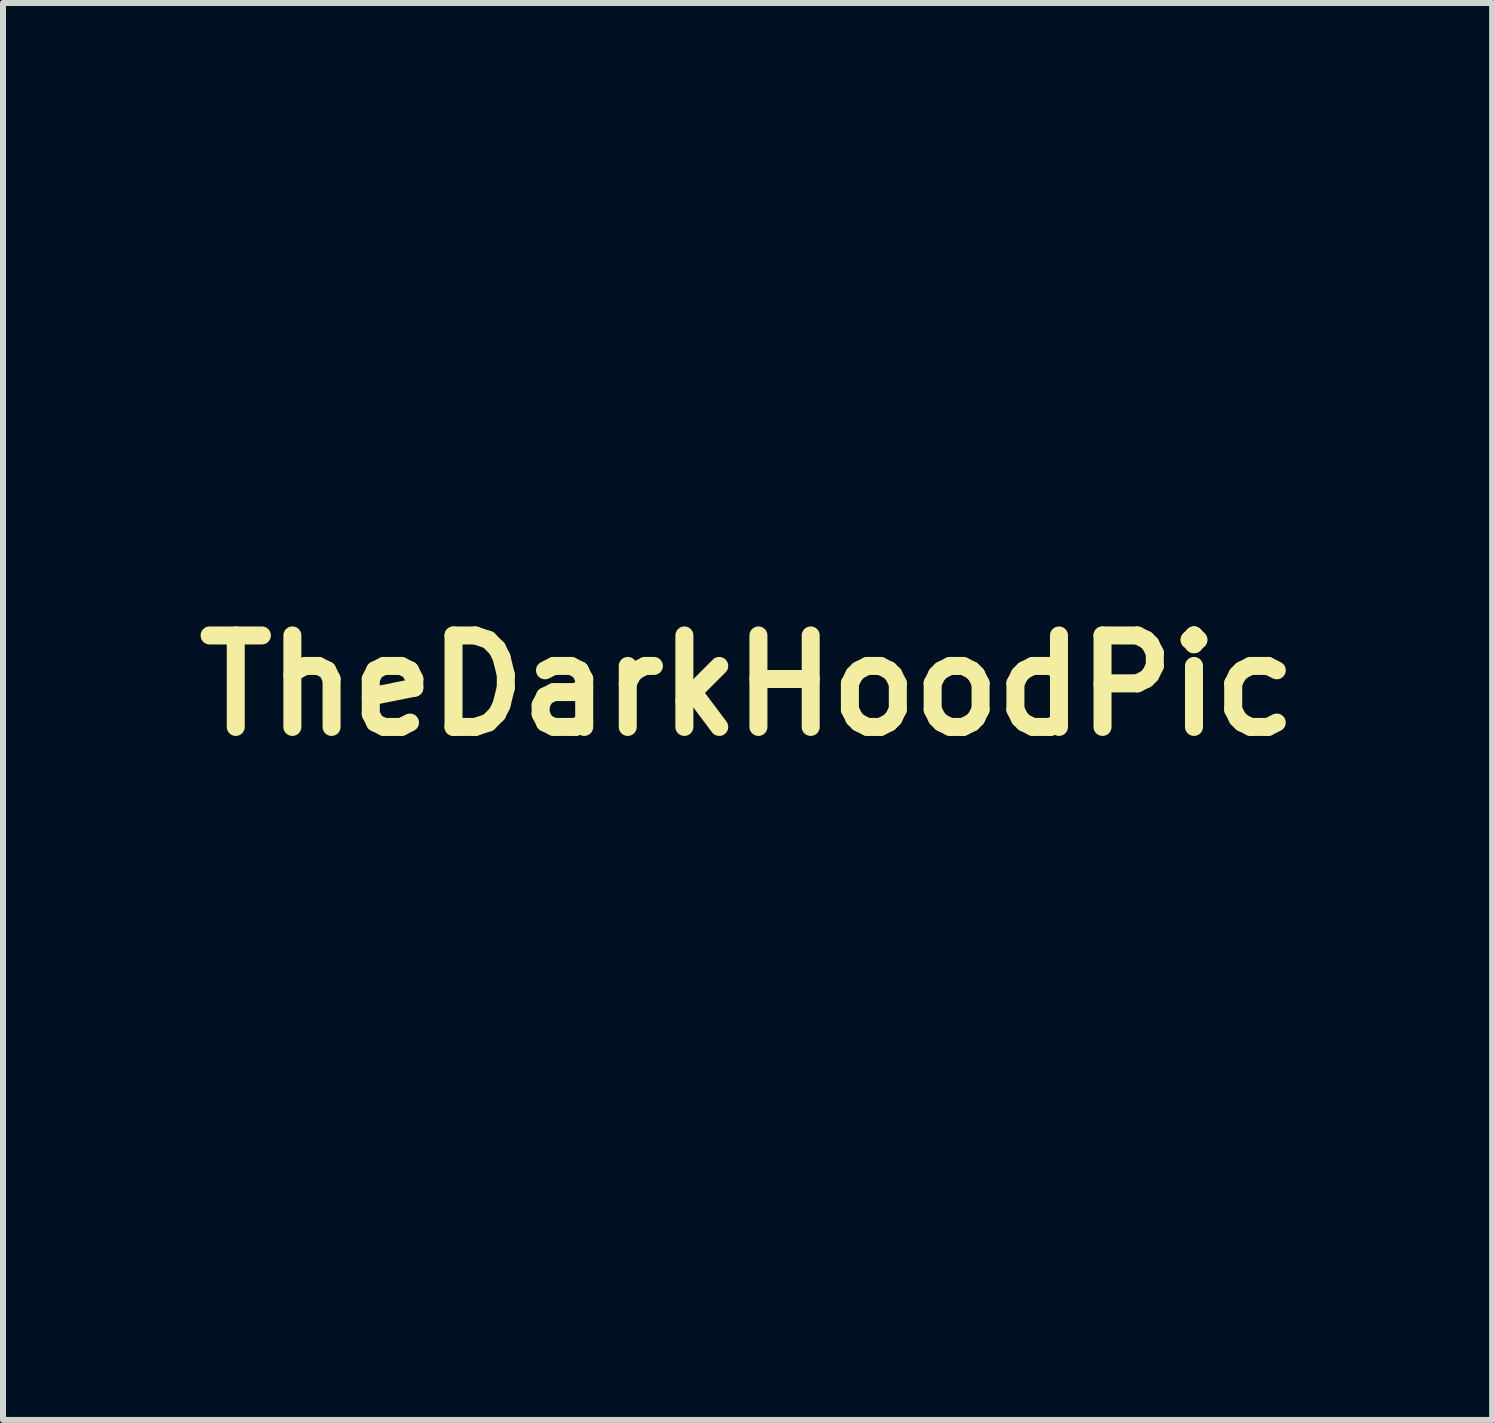
<source format=kicad_pcb>
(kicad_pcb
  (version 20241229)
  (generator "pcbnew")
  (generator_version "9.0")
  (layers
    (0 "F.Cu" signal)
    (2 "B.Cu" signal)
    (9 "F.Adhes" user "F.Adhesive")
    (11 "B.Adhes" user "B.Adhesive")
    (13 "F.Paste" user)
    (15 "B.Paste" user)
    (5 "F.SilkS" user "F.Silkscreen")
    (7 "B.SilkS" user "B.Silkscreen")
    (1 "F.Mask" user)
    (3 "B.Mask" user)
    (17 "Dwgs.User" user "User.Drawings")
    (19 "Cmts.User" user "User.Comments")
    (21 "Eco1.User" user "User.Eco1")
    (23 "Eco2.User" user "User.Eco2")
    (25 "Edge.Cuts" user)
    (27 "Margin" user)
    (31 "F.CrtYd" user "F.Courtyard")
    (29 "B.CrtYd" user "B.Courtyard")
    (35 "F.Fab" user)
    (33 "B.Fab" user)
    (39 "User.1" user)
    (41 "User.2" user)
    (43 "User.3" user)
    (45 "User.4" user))
  (footprint "TheDarkHoodPic"
    (layer "F.Cu")
    (at 9.405 8.372)
    (property "Reference" "TheDarkHoodPic" (at 0 0 0) (layer "F.SilkS") (effects (font (size 1.524 1.524) (thickness 0.3))))
    (attr through_hole)
    (fp_poly (pts (xy -7.048 4.397) (xy -7.064 4.413) (xy -7.08 4.397) (xy -7.064 4.381) (xy -7.048 4.397)) (stroke (width 0.01) (type solid)) (fill no) (layer "Eco2.User"))
    (fp_poly (pts (xy -2.54 -1.191) (xy -2.556 -1.175) (xy -2.572 -1.191) (xy -2.556 -1.206) (xy -2.54 -1.191)) (stroke (width 0.01) (type solid)) (fill no) (layer "Eco2.User"))
    (fp_poly (pts (xy -1.048 4.366) (xy -1.064 4.381) (xy -1.079 4.366) (xy -1.064 4.35) (xy -1.048 4.366)) (stroke (width 0.01) (type solid)) (fill no) (layer "Eco2.User"))
    (fp_poly (pts (xy -3.85 6.2) (xy -3.83 6.207) (xy -3.866 6.212) (xy -3.937 6.213) (xy -4.015 6.212) (xy -4.045 6.206) (xy -4.024 6.2) (xy -3.922 6.195) (xy -3.85 6.2)) (stroke (width 0.01) (type solid)) (fill no) (layer "Eco2.User"))
    (fp_poly (pts (xy -1.706 1.421) (xy -1.683 1.46) (xy -1.667 1.509) (xy -1.678 1.524) (xy -1.708 1.498) (xy -1.724 1.46) (xy -1.732 1.41) (xy -1.729 1.397) (xy -1.706 1.421)) (stroke (width 0.01) (type solid)) (fill no) (layer "Eco2.User"))
    (fp_poly (pts (xy -0.131 5.611) (xy -0.127 5.632) (xy -0.146 5.687) (xy -0.159 5.699) (xy -0.186 5.692) (xy -0.191 5.671) (xy -0.172 5.616) (xy -0.159 5.604) (xy -0.131 5.611)) (stroke (width 0.01) (type solid)) (fill no) (layer "Eco2.User"))
    (fp_poly (pts (xy -4.331 6.231) (xy -4.327 6.232) (xy -4.297 6.237) (xy -4.324 6.242) (xy -4.402 6.244) (xy -4.429 6.244) (xy -4.522 6.243) (xy -4.568 6.239) (xy -4.559 6.233) (xy -4.549 6.232) (xy -4.444 6.227) (xy -4.331 6.231)) (stroke (width 0.01) (type solid)) (fill no) (layer "Eco2.User"))
    (fp_poly (pts (xy -0.987 2.316) (xy -1.094 2.402) (xy -1.174 2.438) (xy -1.235 2.428) (xy -1.27 2.397) (xy -1.291 2.36) (xy -1.258 2.349) (xy -1.25 2.349) (xy -1.19 2.336) (xy -1.096 2.303) (xy -1.019 2.269) (xy -0.847 2.189) (xy -0.987 2.316)) (stroke (width 0.01) (type solid)) (fill no) (layer "Eco2.User"))
    (fp_poly (pts (xy -5.098 5.635) (xy -5.007 5.674) (xy -4.905 5.727) (xy -5.069 5.765) (xy -5.191 5.792) (xy -5.311 5.816) (xy -5.352 5.825) (xy -5.428 5.837) (xy -5.453 5.83) (xy -5.437 5.8) (xy -5.429 5.789) (xy -5.323 5.678) (xy -5.216 5.628) (xy -5.098 5.635)) (stroke (width 0.01) (type solid)) (fill no) (layer "Eco2.User"))
    (fp_poly (pts (xy -2.551 -1.041) (xy -2.394 -0.93) (xy -2.287 -0.815) (xy -2.232 -0.702) (xy -2.232 -0.596) (xy -2.286 -0.508) (xy -2.36 -0.454) (xy -2.431 -0.455) (xy -2.5 -0.493) (xy -2.554 -0.56) (xy -2.604 -0.669) (xy -2.644 -0.802) (xy -2.665 -0.938) (xy -2.667 -0.989) (xy -2.667 -1.109) (xy -2.551 -1.041)) (stroke (width 0.01) (type solid)) (fill no) (layer "Eco2.User"))
    (fp_poly (pts (xy -0.812 3.969) (xy -0.78 4.08) (xy -0.753 4.17) (xy -0.738 4.216) (xy -0.734 4.244) (xy -0.766 4.232) (xy -0.785 4.221) (xy -0.836 4.2) (xy -0.888 4.213) (xy -0.952 4.254) (xy -1.055 4.328) (xy -1.033 4.257) (xy -1.011 4.191) (xy -0.977 4.088) (xy -0.939 3.976) (xy -0.869 3.767) (xy -0.812 3.969)) (stroke (width 0.01) (type solid)) (fill no) (layer "Eco2.User"))
    (fp_poly (pts (xy 0.743 -0.976) (xy 0.811 -0.96) (xy 1.032 -0.905) (xy 1.041 -0.76) (xy 1.028 -0.63) (xy 0.979 -0.528) (xy 0.903 -0.462) (xy 0.812 -0.439) (xy 0.717 -0.468) (xy 0.669 -0.506) (xy 0.615 -0.587) (xy 0.57 -0.702) (xy 0.544 -0.823) (xy 0.54 -0.873) (xy 0.548 -0.945) (xy 0.577 -0.984) (xy 0.638 -0.993) (xy 0.743 -0.976)) (stroke (width 0.01) (type solid)) (fill no) (layer "Eco2.User"))
    (fp_poly (pts (xy -5.248 7.424) (xy -5.192 7.481) (xy -5.178 7.498) (xy -5.138 7.559) (xy -5.112 7.632) (xy -5.097 7.735) (xy -5.087 7.861) (xy -5.073 8.128) (xy -5.265 8.128) (xy -5.369 8.124) (xy -5.445 8.115) (xy -5.472 8.104) (xy -5.483 8.062) (xy -5.496 7.975) (xy -5.509 7.861) (xy -5.51 7.848) (xy -5.533 7.616) (xy -5.427 7.507) (xy -5.359 7.443) (xy -5.304 7.405) (xy -5.288 7.4) (xy -5.248 7.424)) (stroke (width 0.01) (type solid)) (fill no) (layer "Eco2.User"))
    (fp_poly (pts (xy 6.67 -5.175) (xy 6.725 -5.104) (xy 6.797 -5.004) (xy 6.879 -4.89) (xy 6.962 -4.771) (xy 7.039 -4.661) (xy 7.099 -4.57) (xy 7.136 -4.511) (xy 7.144 -4.496) (xy 7.115 -4.486) (xy 7.043 -4.482) (xy 6.993 -4.483) (xy 6.901 -4.487) (xy 6.765 -4.493) (xy 6.603 -4.5) (xy 6.441 -4.507) (xy 6.04 -4.524) (xy 6.273 -4.819) (xy 6.37 -4.942) (xy 6.457 -5.053) (xy 6.523 -5.139) (xy 6.556 -5.184) (xy 6.606 -5.255) (xy 6.67 -5.175)) (stroke (width 0.01) (type solid)) (fill no) (layer "Eco2.User"))
    (fp_poly (pts (xy -4.452 -3.039) (xy -4.424 -2.96) (xy -4.405 -2.881) (xy -4.392 -2.79) (xy -4.385 -2.672) (xy -4.382 -2.515) (xy -4.381 -2.36) (xy -4.381 -2.167) (xy -4.377 -2.028) (xy -4.371 -1.934) (xy -4.36 -1.874) (xy -4.344 -1.84) (xy -4.33 -1.827) (xy -4.293 -1.769) (xy -4.291 -1.731) (xy -4.306 -1.714) (xy -4.339 -1.748) (xy -4.393 -1.836) (xy -4.397 -1.844) (xy -4.456 -1.954) (xy -4.506 -2.057) (xy -4.53 -2.111) (xy -4.545 -2.185) (xy -4.557 -2.306) (xy -4.564 -2.459) (xy -4.567 -2.627) (xy -4.565 -2.796) (xy -4.558 -2.949) (xy -4.546 -3.071) (xy -4.545 -3.08) (xy -4.522 -3.223) (xy -4.452 -3.039)) (stroke (width 0.01) (type solid)) (fill no) (layer "Eco2.User"))
    (fp_poly (pts (xy -5.727 7.961) (xy -5.677 7.967) (xy -5.589 7.984) (xy -5.545 8.014) (xy -5.525 8.071) (xy -5.525 8.074) (xy -5.509 8.163) (xy -4.866 8.169) (xy -4.223 8.176) (xy -4.223 8.331) (xy -4.229 8.434) (xy -4.257 8.506) (xy -4.32 8.577) (xy -4.328 8.585) (xy -4.419 8.648) (xy -4.55 8.713) (xy -4.698 8.77) (xy -4.841 8.811) (xy -4.955 8.826) (xy -4.956 8.826) (xy -5.044 8.808) (xy -5.103 8.778) (xy -5.157 8.711) (xy -5.181 8.599) (xy -5.181 8.596) (xy -5.189 8.534) (xy -5.207 8.483) (xy -5.246 8.431) (xy -5.314 8.368) (xy -5.42 8.28) (xy -5.456 8.251) (xy -5.601 8.135) (xy -5.701 8.054) (xy -5.759 8.001) (xy -5.78 7.971) (xy -5.768 7.96) (xy -5.727 7.961)) (stroke (width 0.01) (type solid)) (fill no) (layer "Eco2.User"))
    (fp_poly (pts (xy -6.193 6.303) (xy -6.132 6.359) (xy -6.097 6.463) (xy -6.087 6.54) (xy -6.069 6.651) (xy -6.035 6.797) (xy -5.992 6.951) (xy -5.974 7.006) (xy -5.914 7.177) (xy -5.85 7.323) (xy -5.771 7.468) (xy -5.667 7.633) (xy -5.63 7.689) (xy -5.571 7.791) (xy -5.56 7.853) (xy -5.599 7.877) (xy -5.688 7.863) (xy -5.699 7.86) (xy -5.856 7.803) (xy -5.98 7.731) (xy -6.102 7.627) (xy -6.176 7.547) (xy -6.216 7.467) (xy -6.238 7.357) (xy -6.241 7.337) (xy -6.268 7.207) (xy -6.316 7.062) (xy -6.353 6.976) (xy -6.41 6.847) (xy -6.437 6.729) (xy -6.445 6.586) (xy -6.445 6.578) (xy -6.439 6.437) (xy -6.416 6.349) (xy -6.372 6.302) (xy -6.299 6.287) (xy -6.286 6.287) (xy -6.193 6.303)) (stroke (width 0.01) (type solid)) (fill no) (layer "Eco2.User"))
    (fp_poly (pts (xy 2.102 2.622) (xy 2.137 2.686) (xy 2.178 2.794) (xy 2.231 2.952) (xy 2.275 3.088) (xy 2.328 3.251) (xy 2.362 3.364) (xy 2.38 3.438) (xy 2.383 3.482) (xy 2.372 3.508) (xy 2.349 3.524) (xy 2.343 3.528) (xy 2.283 3.572) (xy 2.208 3.644) (xy 2.179 3.676) (xy 1.993 3.874) (xy 1.772 4.084) (xy 1.531 4.294) (xy 1.284 4.492) (xy 1.047 4.667) (xy 0.832 4.805) (xy 0.813 4.816) (xy 0.636 4.917) (xy 0.381 4.41) (xy 0.3 4.247) (xy 0.229 4.104) (xy 0.173 3.991) (xy 0.138 3.917) (xy 0.127 3.891) (xy 0.153 3.872) (xy 0.223 3.83) (xy 0.326 3.772) (xy 0.405 3.729) (xy 0.62 3.605) (xy 0.869 3.448) (xy 1.135 3.271) (xy 1.403 3.081) (xy 1.66 2.891) (xy 1.889 2.71) (xy 1.916 2.688) (xy 1.98 2.635) (xy 2.029 2.603) (xy 2.068 2.596) (xy 2.102 2.622)) (stroke (width 0.01) (type solid)) (fill no) (layer "Eco2.User"))
    (fp_poly (pts (xy -4.059 5.837) (xy -3.776 5.86) (xy -3.525 5.901) (xy -3.317 5.96) (xy -3.255 5.987) (xy -3.161 6.039) (xy -3.121 6.082) (xy -3.131 6.127) (xy -3.14 6.14) (xy -3.156 6.156) (xy -3.178 6.166) (xy -3.216 6.167) (xy -3.28 6.161) (xy -3.381 6.145) (xy -3.529 6.118) (xy -3.635 6.099) (xy -3.761 6.086) (xy -3.937 6.082) (xy -4.152 6.087) (xy -4.393 6.098) (xy -4.648 6.116) (xy -4.905 6.14) (xy -5.152 6.168) (xy -5.377 6.2) (xy -5.567 6.235) (xy -5.588 6.239) (xy -5.612 6.238) (xy -5.582 6.214) (xy -5.528 6.184) (xy -5.447 6.137) (xy -5.396 6.095) (xy -5.387 6.08) (xy -5.41 6.045) (xy -5.477 6.047) (xy -5.582 6.085) (xy -5.62 6.103) (xy -5.727 6.174) (xy -5.773 6.243) (xy -5.762 6.304) (xy -5.696 6.351) (xy -5.577 6.378) (xy -5.495 6.382) (xy -5.375 6.382) (xy -5.355 6.672) (xy -5.34 6.897) (xy -5.333 7.068) (xy -5.335 7.196) (xy -5.346 7.291) (xy -5.368 7.364) (xy -5.4 7.423) (xy -5.417 7.447) (xy -5.478 7.515) (xy -5.53 7.553) (xy -5.543 7.556) (xy -5.573 7.53) (xy -5.623 7.457) (xy -5.685 7.349) (xy -5.746 7.231) (xy -5.841 7.014) (xy -5.919 6.794) (xy -5.973 6.587) (xy -5.999 6.41) (xy -6.001 6.365) (xy -5.972 6.293) (xy -5.895 6.211) (xy -5.78 6.128) (xy -5.64 6.052) (xy -5.514 6.003) (xy -5.258 5.933) (xy -4.973 5.882) (xy -4.67 5.848) (xy -4.361 5.834) (xy -4.059 5.837)) (stroke (width 0.01) (type solid)) (fill no) (layer "Eco2.User"))
    (fp_poly (pts (xy -3.283 6.301) (xy -3.327 6.373) (xy -3.364 6.423) (xy -3.42 6.506) (xy -3.438 6.57) (xy -3.428 6.639) (xy -3.427 6.642) (xy -3.39 6.732) (xy -3.345 6.799) (xy -3.312 6.854) (xy -3.319 6.884) (xy -3.363 6.874) (xy -3.371 6.869) (xy -3.428 6.844) (xy -3.516 6.817) (xy -3.54 6.81) (xy -3.667 6.779) (xy -3.677 6.596) (xy -3.691 6.483) (xy -3.717 6.42) (xy -3.749 6.412) (xy -3.779 6.461) (xy -3.797 6.531) (xy -3.803 6.655) (xy -3.779 6.771) (xy -3.732 6.862) (xy -3.668 6.911) (xy -3.651 6.915) (xy -3.53 6.934) (xy -3.457 6.966) (xy -3.43 7.019) (xy -3.448 7.101) (xy -3.507 7.222) (xy -3.546 7.291) (xy -3.621 7.407) (xy -3.683 7.476) (xy -3.744 7.508) (xy -3.752 7.51) (xy -3.855 7.561) (xy -3.915 7.66) (xy -3.934 7.805) (xy -3.934 7.81) (xy -3.93 7.953) (xy -3.903 7.814) (xy -3.864 7.691) (xy -3.807 7.601) (xy -3.742 7.558) (xy -3.726 7.556) (xy -3.692 7.581) (xy -3.684 7.637) (xy -3.705 7.694) (xy -3.711 7.701) (xy -3.738 7.749) (xy -3.77 7.83) (xy -3.775 7.845) (xy -3.817 7.931) (xy -3.886 7.981) (xy -3.93 7.998) (xy -4.006 8.013) (xy -4.13 8.027) (xy -4.285 8.038) (xy -4.456 8.047) (xy -4.626 8.053) (xy -4.78 8.054) (xy -4.902 8.05) (xy -4.961 8.044) (xy -5.006 8.033) (xy -5.032 8.011) (xy -5.044 7.962) (xy -5.048 7.872) (xy -5.048 7.802) (xy -5.05 7.681) (xy -5.061 7.603) (xy -5.087 7.544) (xy -5.138 7.482) (xy -5.172 7.447) (xy -5.296 7.318) (xy -5.307 6.858) (xy -5.318 6.398) (xy -4.594 6.377) (xy -4.318 6.367) (xy -4.059 6.354) (xy -3.825 6.338) (xy -3.624 6.321) (xy -3.463 6.303) (xy -3.35 6.284) (xy -3.296 6.267) (xy -3.271 6.263) (xy -3.283 6.301)) (stroke (width 0.01) (type solid)) (fill no) (layer "Eco2.User"))
    (fp_poly (pts (xy -2.779 6.122) (xy -2.661 6.199) (xy -2.512 6.327) (xy -2.331 6.503) (xy -2.174 6.669) (xy -1.952 6.91) (xy -1.898 7.249) (xy -1.861 7.44) (xy -1.809 7.646) (xy -1.746 7.857) (xy -1.675 8.063) (xy -1.601 8.254) (xy -1.528 8.418) (xy -1.46 8.546) (xy -1.4 8.628) (xy -1.377 8.646) (xy -1.332 8.701) (xy -1.341 8.777) (xy -1.403 8.868) (xy -1.49 8.949) (xy -1.689 9.086) (xy -1.881 9.173) (xy -2.087 9.218) (xy -2.127 9.223) (xy -2.254 9.231) (xy -2.345 9.222) (xy -2.427 9.194) (xy -2.459 9.178) (xy -2.544 9.138) (xy -2.607 9.115) (xy -2.621 9.112) (xy -2.666 9.099) (xy -2.749 9.064) (xy -2.853 9.014) (xy -2.854 9.014) (xy -2.989 8.933) (xy -3.095 8.842) (xy -3.164 8.752) (xy -3.19 8.671) (xy -3.172 8.617) (xy -3.158 8.561) (xy -3.194 8.503) (xy -3.267 8.453) (xy -3.365 8.421) (xy -3.44 8.414) (xy -3.586 8.39) (xy -3.694 8.32) (xy -3.75 8.231) (xy -3.761 8.174) (xy -3.75 8.106) (xy -3.711 8.009) (xy -3.683 7.949) (xy -3.63 7.831) (xy -3.588 7.719) (xy -3.567 7.644) (xy -3.533 7.538) (xy -3.465 7.397) (xy -3.359 7.217) (xy -3.278 7.09) (xy -3.18 6.963) (xy -3.083 6.896) (xy -2.979 6.887) (xy -2.857 6.931) (xy -2.814 6.956) (xy -2.716 7.006) (xy -2.658 7.01) (xy -2.636 6.968) (xy -2.635 6.957) (xy -2.658 6.908) (xy -2.714 6.837) (xy -2.788 6.763) (xy -2.861 6.701) (xy -2.918 6.669) (xy -2.927 6.668) (xy -2.966 6.688) (xy -3.026 6.739) (xy -3.037 6.749) (xy -3.094 6.8) (xy -3.136 6.81) (xy -3.188 6.783) (xy -3.193 6.78) (xy -3.278 6.712) (xy -3.313 6.642) (xy -3.298 6.558) (xy -3.236 6.447) (xy -3.221 6.425) (xy -3.112 6.282) (xy -3.007 6.175) (xy -2.916 6.111) (xy -2.862 6.096) (xy -2.779 6.122)) (stroke (width 0.01) (type solid)) (fill no) (layer "Eco2.User"))
    (fp_poly (pts (xy 6.129 6.956) (xy 6.152 7.058) (xy 6.143 7.214) (xy 6.142 7.217) (xy 6.129 7.313) (xy 6.121 7.379) (xy 6.12 7.397) (xy 6.144 7.421) (xy 6.204 7.46) (xy 6.211 7.463) (xy 6.264 7.499) (xy 6.296 7.545) (xy 6.309 7.611) (xy 6.304 7.71) (xy 6.281 7.851) (xy 6.257 7.977) (xy 6.219 8.145) (xy 6.184 8.26) (xy 6.148 8.332) (xy 6.124 8.358) (xy 6.063 8.403) (xy 6.017 8.407) (xy 5.955 8.371) (xy 5.94 8.362) (xy 5.895 8.321) (xy 5.877 8.269) (xy 5.881 8.183) (xy 5.883 8.162) (xy 5.891 8.071) (xy 5.88 8.02) (xy 5.841 7.989) (xy 5.806 7.972) (xy 5.734 7.948) (xy 5.684 7.96) (xy 5.639 7.997) (xy 5.57 8.046) (xy 5.511 8.065) (xy 5.452 8.088) (xy 5.394 8.142) (xy 5.288 8.233) (xy 5.168 8.269) (xy 5.048 8.253) (xy 4.943 8.183) (xy 4.88 8.096) (xy 4.847 8.002) (xy 4.845 7.968) (xy 5.02 7.968) (xy 5.022 8.054) (xy 5.028 8.079) (xy 5.072 8.124) (xy 5.144 8.123) (xy 5.231 8.077) (xy 5.311 8.004) (xy 5.388 7.929) (xy 5.438 7.906) (xy 5.457 7.914) (xy 5.505 7.928) (xy 5.557 7.883) (xy 5.61 7.784) (xy 5.633 7.724) (xy 5.645 7.684) (xy 5.752 7.684) (xy 5.755 7.748) (xy 5.76 7.764) (xy 5.767 7.741) (xy 5.874 7.741) (xy 5.882 7.81) (xy 5.903 7.842) (xy 5.905 7.842) (xy 5.923 7.819) (xy 5.919 7.799) (xy 5.918 7.753) (xy 5.926 7.662) (xy 5.93 7.626) (xy 6.004 7.626) (xy 6.017 7.728) (xy 6.052 7.772) (xy 6.079 7.796) (xy 6.087 7.836) (xy 6.079 7.91) (xy 6.064 7.987) (xy 6.04 8.094) (xy 6.02 8.179) (xy 6.009 8.214) (xy 6.013 8.251) (xy 6.025 8.255) (xy 6.043 8.226) (xy 6.069 8.147) (xy 6.098 8.033) (xy 6.119 7.937) (xy 6.143 7.802) (xy 6.157 7.693) (xy 6.161 7.622) (xy 6.156 7.602) (xy 6.13 7.616) (xy 6.109 7.668) (xy 6.088 7.725) (xy 6.068 7.724) (xy 6.045 7.663) (xy 6.032 7.614) (xy 6.007 7.509) (xy 6.004 7.626) (xy 5.93 7.626) (xy 5.941 7.541) (xy 5.961 7.407) (xy 5.983 7.277) (xy 6.005 7.167) (xy 6.02 7.104) (xy 6.021 7.058) (xy 6.008 7.048) (xy 5.991 7.077) (xy 5.968 7.154) (xy 5.943 7.264) (xy 5.918 7.392) (xy 5.896 7.523) (xy 5.881 7.642) (xy 5.874 7.733) (xy 5.874 7.741) (xy 5.767 7.741) (xy 5.77 7.729) (xy 5.788 7.637) (xy 5.796 7.588) (xy 5.817 7.455) (xy 5.831 7.331) (xy 5.836 7.242) (xy 5.836 7.239) (xy 5.833 7.194) (xy 5.823 7.204) (xy 5.805 7.272) (xy 5.792 7.334) (xy 5.77 7.469) (xy 5.755 7.603) (xy 5.752 7.684) (xy 5.645 7.684) (xy 5.659 7.636) (xy 5.67 7.576) (xy 5.667 7.562) (xy 5.653 7.553) (xy 5.639 7.569) (xy 5.619 7.621) (xy 5.587 7.715) (xy 5.548 7.808) (xy 5.513 7.844) (xy 5.49 7.823) (xy 5.483 7.744) (xy 5.484 7.728) (xy 5.48 7.655) (xy 5.461 7.638) (xy 5.435 7.676) (xy 5.413 7.749) (xy 5.381 7.823) (xy 5.323 7.909) (xy 5.251 7.992) (xy 5.18 8.056) (xy 5.123 8.088) (xy 5.106 8.088) (xy 5.079 8.048) (xy 5.069 7.959) (xy 5.075 7.835) (xy 5.096 7.688) (xy 5.131 7.532) (xy 5.154 7.453) (xy 5.187 7.34) (xy 5.207 7.254) (xy 5.211 7.21) (xy 5.208 7.207) (xy 5.18 7.237) (xy 5.148 7.315) (xy 5.114 7.429) (xy 5.081 7.566) (xy 5.053 7.71) (xy 5.032 7.849) (xy 5.02 7.968) (xy 4.845 7.968) (xy 4.84 7.891) (xy 4.859 7.751) (xy 4.907 7.572) (xy 4.943 7.461) (xy 5.001 7.299) (xy 5.049 7.189) (xy 5.095 7.122) (xy 5.145 7.089) (xy 5.201 7.08) (xy 5.286 7.09) (xy 5.338 7.125) (xy 5.359 7.192) (xy 5.35 7.299) (xy 5.312 7.452) (xy 5.286 7.541) (xy 5.25 7.659) (xy 5.223 7.752) (xy 5.21 7.804) (xy 5.209 7.811) (xy 5.222 7.793) (xy 5.256 7.732) (xy 5.296 7.652) (xy 5.353 7.549) (xy 5.403 7.491) (xy 5.461 7.463) (xy 5.48 7.459) (xy 5.58 7.432) (xy 5.632 7.391) (xy 5.65 7.322) (xy 5.652 7.283) (xy 5.663 7.172) (xy 5.705 7.088) (xy 5.79 7.014) (xy 5.858 6.971) (xy 5.983 6.913) (xy 6.073 6.908) (xy 6.129 6.956)) (stroke (width 0.01) (type solid)) (fill no) (layer "Eco2.User"))
    (fp_poly (pts (xy 2.749 4.165) (xy 2.88 4.317) (xy 3.043 4.502) (xy 3.228 4.707) (xy 3.424 4.919) (xy 3.617 5.126) (xy 3.738 5.253) (xy 3.948 5.472) (xy 4.118 5.655) (xy 4.254 5.81) (xy 4.361 5.947) (xy 4.444 6.075) (xy 4.509 6.201) (xy 4.561 6.336) (xy 4.604 6.488) (xy 4.645 6.666) (xy 4.686 6.863) (xy 4.744 7.179) (xy 4.78 7.436) (xy 4.793 7.637) (xy 4.785 7.782) (xy 4.754 7.874) (xy 4.739 7.893) (xy 4.654 7.953) (xy 4.515 8.021) (xy 4.331 8.093) (xy 4.113 8.167) (xy 3.868 8.24) (xy 3.607 8.31) (xy 3.337 8.373) (xy 3.07 8.426) (xy 2.866 8.46) (xy 2.719 8.481) (xy 2.587 8.497) (xy 2.487 8.507) (xy 2.45 8.509) (xy 2.36 8.509) (xy 2.414 8.103) (xy 2.437 7.935) (xy 2.459 7.778) (xy 2.478 7.648) (xy 2.491 7.564) (xy 2.491 7.563) (xy 2.501 7.474) (xy 2.489 7.428) (xy 2.461 7.409) (xy 2.402 7.406) (xy 2.381 7.417) (xy 2.367 7.457) (xy 2.348 7.548) (xy 2.325 7.681) (xy 2.3 7.843) (xy 2.283 7.969) (xy 2.258 8.145) (xy 2.235 8.298) (xy 2.216 8.418) (xy 2.201 8.494) (xy 2.194 8.515) (xy 2.154 8.526) (xy 2.059 8.535) (xy 1.92 8.543) (xy 1.744 8.549) (xy 1.543 8.553) (xy 1.324 8.554) (xy 1.098 8.554) (xy 0.873 8.551) (xy 0.658 8.546) (xy 0.508 8.54) (xy -0.113 8.499) (xy -0.742 8.431) (xy -1.128 8.378) (xy -1.355 8.344) (xy -1.342 8.18) (xy -1.333 8.09) (xy -1.317 7.952) (xy -1.297 7.785) (xy -1.273 7.604) (xy -1.265 7.541) (xy -1.237 7.333) (xy -1.217 7.179) (xy -1.205 7.072) (xy -1.2 7.002) (xy -1.202 6.961) (xy -1.21 6.941) (xy -1.225 6.932) (xy -1.242 6.929) (xy -1.277 6.934) (xy -1.307 6.97) (xy -1.334 7.044) (xy -1.359 7.161) (xy -1.386 7.33) (xy -1.411 7.525) (xy -1.432 7.691) (xy -1.452 7.843) (xy -1.469 7.964) (xy -1.481 8.04) (xy -1.482 8.047) (xy -1.5 8.141) (xy -1.556 8.031) (xy -1.59 7.948) (xy -1.628 7.826) (xy -1.669 7.678) (xy -1.709 7.516) (xy -1.746 7.353) (xy -1.776 7.201) (xy -1.797 7.072) (xy -1.807 6.979) (xy -1.801 6.934) (xy -1.801 6.934) (xy -1.766 6.933) (xy -1.688 6.941) (xy -1.601 6.954) (xy -1.472 6.974) (xy -1.393 6.982) (xy -1.351 6.975) (xy -1.336 6.954) (xy -1.333 6.923) (xy -1.363 6.873) (xy -1.442 6.831) (xy -1.556 6.803) (xy -1.673 6.795) (xy -1.75 6.79) (xy -1.82 6.771) (xy -1.893 6.732) (xy -1.979 6.666) (xy -2.087 6.567) (xy -2.227 6.427) (xy -2.237 6.417) (xy -2.382 6.276) (xy -2.517 6.156) (xy -2.631 6.066) (xy -2.703 6.02) (xy -2.853 5.946) (xy -2.45 5.644) (xy -2.276 5.511) (xy -2.086 5.362) (xy -1.901 5.214) (xy -1.742 5.084) (xy -1.72 5.065) (xy -1.589 4.956) (xy -1.501 4.887) (xy -1.45 4.853) (xy -1.431 4.853) (xy -1.441 4.883) (xy -1.442 4.885) (xy -1.486 4.995) (xy -1.489 5.07) (xy -1.453 5.105) (xy -1.421 5.106) (xy -1.371 5.08) (xy -1.305 5.009) (xy -1.217 4.889) (xy -1.154 4.794) (xy -1.052 4.639) (xy -0.978 4.529) (xy -0.925 4.456) (xy -0.885 4.412) (xy -0.851 4.389) (xy -0.817 4.378) (xy -0.796 4.375) (xy -0.765 4.374) (xy -0.74 4.387) (xy -0.717 4.422) (xy -0.692 4.488) (xy -0.662 4.596) (xy -0.622 4.754) (xy -0.61 4.801) (xy -0.501 5.236) (xy -0.57 5.379) (xy -0.599 5.459) (xy -0.629 5.577) (xy -0.658 5.719) (xy -0.685 5.869) (xy -0.705 6.014) (xy -0.718 6.137) (xy -0.72 6.224) (xy -0.713 6.257) (xy -0.668 6.284) (xy -0.612 6.279) (xy -0.592 6.262) (xy -0.582 6.222) (xy -0.568 6.133) (xy -0.551 6.01) (xy -0.539 5.905) (xy -0.51 5.701) (xy -0.33 5.701) (xy -0.304 5.764) (xy -0.231 5.827) (xy -0.141 5.839) (xy -0.057 5.799) (xy -0.052 5.794) (xy 0.008 5.701) (xy 0.017 5.606) (xy -0.023 5.525) (xy -0.108 5.475) (xy -0.113 5.473) (xy -0.206 5.478) (xy -0.28 5.528) (xy -0.325 5.608) (xy -0.33 5.701) (xy -0.51 5.701) (xy -0.509 5.698) (xy -0.473 5.542) (xy -0.426 5.424) (xy -0.366 5.334) (xy -0.342 5.286) (xy -0.306 5.19) (xy -0.26 5.056) (xy -0.209 4.898) (xy -0.156 4.727) (xy -0.106 4.556) (xy -0.061 4.397) (xy -0.027 4.262) (xy -0.021 4.239) (xy 0.022 4.048) (xy 0.089 4.157) (xy 0.127 4.227) (xy 0.185 4.339) (xy 0.255 4.48) (xy 0.329 4.635) (xy 0.339 4.657) (xy 0.422 4.826) (xy 0.494 4.956) (xy 0.549 5.038) (xy 0.581 5.067) (xy 0.651 5.061) (xy 0.76 5.017) (xy 0.902 4.939) (xy 1.068 4.833) (xy 1.253 4.702) (xy 1.449 4.553) (xy 1.65 4.39) (xy 1.847 4.218) (xy 2.019 4.057) (xy 2.371 3.714) (xy 2.749 4.165)) (stroke (width 0.01) (type solid)) (fill no) (layer "Eco2.User"))
    (fp_poly (pts (xy 0.317 -8.365) (xy 0.613 -8.357) (xy 0.885 -8.343) (xy 1.116 -8.322) (xy 1.222 -8.307) (xy 1.946 -8.165) (xy 2.626 -7.981) (xy 3.268 -7.752) (xy 3.876 -7.476) (xy 4.456 -7.151) (xy 5.013 -6.775) (xy 5.259 -6.587) (xy 5.373 -6.493) (xy 5.506 -6.377) (xy 5.651 -6.245) (xy 5.802 -6.106) (xy 5.949 -5.965) (xy 6.086 -5.831) (xy 6.205 -5.711) (xy 6.299 -5.611) (xy 6.361 -5.54) (xy 6.382 -5.504) (xy 6.357 -5.476) (xy 6.288 -5.417) (xy 6.181 -5.333) (xy 6.044 -5.229) (xy 5.883 -5.11) (xy 5.779 -5.034) (xy 5.608 -4.909) (xy 5.456 -4.795) (xy 5.33 -4.696) (xy 5.237 -4.618) (xy 5.184 -4.569) (xy 5.175 -4.554) (xy 5.198 -4.515) (xy 5.258 -4.516) (xy 5.349 -4.555) (xy 5.415 -4.598) (xy 5.482 -4.646) (xy 5.589 -4.724) (xy 5.725 -4.822) (xy 5.879 -4.933) (xy 6.008 -5.027) (xy 6.158 -5.135) (xy 6.29 -5.229) (xy 6.396 -5.302) (xy 6.466 -5.35) (xy 6.494 -5.366) (xy 6.494 -5.354) (xy 6.47 -5.314) (xy 6.42 -5.243) (xy 6.338 -5.136) (xy 6.223 -4.988) (xy 6.088 -4.816) (xy 5.984 -4.683) (xy 5.916 -4.588) (xy 5.879 -4.523) (xy 5.866 -4.478) (xy 5.874 -4.445) (xy 5.875 -4.443) (xy 5.897 -4.415) (xy 5.934 -4.396) (xy 6 -4.386) (xy 6.107 -4.382) (xy 6.22 -4.381) (xy 6.374 -4.379) (xy 6.524 -4.374) (xy 6.644 -4.365) (xy 6.681 -4.361) (xy 6.831 -4.34) (xy 6.567 -4.242) (xy 6.433 -4.189) (xy 6.35 -4.147) (xy 6.307 -4.109) (xy 6.292 -4.074) (xy 6.296 -4.03) (xy 6.33 -3.997) (xy 6.41 -3.967) (xy 6.442 -3.957) (xy 6.571 -3.91) (xy 6.705 -3.847) (xy 6.748 -3.824) (xy 6.848 -3.773) (xy 6.908 -3.762) (xy 6.928 -3.772) (xy 6.95 -3.818) (xy 6.925 -3.869) (xy 6.846 -3.929) (xy 6.737 -3.99) (xy 6.545 -4.089) (xy 6.878 -4.206) (xy 7.016 -4.252) (xy 7.134 -4.287) (xy 7.218 -4.306) (xy 7.253 -4.307) (xy 7.282 -4.273) (xy 7.333 -4.19) (xy 7.399 -4.068) (xy 7.478 -3.917) (xy 7.563 -3.746) (xy 7.65 -3.564) (xy 7.735 -3.381) (xy 7.813 -3.207) (xy 7.879 -3.052) (xy 7.922 -2.941) (xy 8.141 -2.253) (xy 8.3 -1.551) (xy 8.399 -0.841) (xy 8.436 -0.127) (xy 8.413 0.587) (xy 8.329 1.296) (xy 8.183 1.995) (xy 8.146 2.133) (xy 7.924 2.825) (xy 7.644 3.492) (xy 7.308 4.129) (xy 6.918 4.736) (xy 6.475 5.308) (xy 5.982 5.844) (xy 5.917 5.908) (xy 5.8 6.017) (xy 5.664 6.14) (xy 5.517 6.27) (xy 5.366 6.399) (xy 5.22 6.52) (xy 5.087 6.628) (xy 4.977 6.714) (xy 4.896 6.772) (xy 4.853 6.794) (xy 4.852 6.794) (xy 4.826 6.769) (xy 4.814 6.739) (xy 4.8 6.678) (xy 4.779 6.58) (xy 4.762 6.497) (xy 4.729 6.379) (xy 4.675 6.233) (xy 4.611 6.087) (xy 4.596 6.057) (xy 4.551 5.972) (xy 4.5 5.891) (xy 4.439 5.805) (xy 4.359 5.708) (xy 4.256 5.591) (xy 4.123 5.448) (xy 3.953 5.27) (xy 3.883 5.197) (xy 3.596 4.896) (xy 3.344 4.624) (xy 3.128 4.384) (xy 2.952 4.178) (xy 2.816 4.008) (xy 2.721 3.875) (xy 2.67 3.783) (xy 2.662 3.738) (xy 2.654 3.696) (xy 2.627 3.621) (xy 2.616 3.595) (xy 2.577 3.497) (xy 2.528 3.363) (xy 2.474 3.207) (xy 2.417 3.04) (xy 2.364 2.875) (xy 2.317 2.724) (xy 2.28 2.601) (xy 2.259 2.516) (xy 2.254 2.488) (xy 2.223 2.415) (xy 2.144 2.35) (xy 2.034 2.282) (xy 2.025 2.007) (xy 2.016 1.733) (xy 1.957 1.824) (xy 1.928 1.879) (xy 1.911 1.948) (xy 1.903 2.047) (xy 1.902 2.19) (xy 1.903 2.226) (xy 1.908 2.538) (xy 1.518 2.829) (xy 1.204 3.059) (xy 0.929 3.252) (xy 0.683 3.414) (xy 0.456 3.552) (xy 0.309 3.634) (xy 0.154 3.719) (xy 0.045 3.786) (xy -0.028 3.846) (xy -0.075 3.909) (xy -0.105 3.988) (xy -0.13 4.094) (xy -0.138 4.136) (xy -0.17 4.281) (xy -0.209 4.438) (xy -0.253 4.595) (xy -0.298 4.741) (xy -0.34 4.865) (xy -0.376 4.958) (xy -0.402 5.008) (xy -0.415 5.01) (xy -0.431 4.961) (xy -0.456 4.868) (xy -0.483 4.748) (xy -0.49 4.715) (xy -0.525 4.559) (xy -0.568 4.377) (xy -0.612 4.203) (xy -0.62 4.171) (xy -0.657 4.026) (xy -0.689 3.888) (xy -0.712 3.78) (xy -0.717 3.75) (xy -0.735 3.667) (xy -0.764 3.629) (xy -0.82 3.619) (xy -0.837 3.618) (xy -0.845 3.61) (xy -0.8 3.59) (xy -0.708 3.561) (xy -0.579 3.524) (xy -0.524 3.509) (xy -0.249 3.437) (xy -0.031 3.378) (xy 0.138 3.33) (xy 0.263 3.29) (xy 0.35 3.258) (xy 0.406 3.229) (xy 0.435 3.204) (xy 0.444 3.179) (xy 0.445 3.176) (xy 0.42 3.133) (xy 0.362 3.126) (xy 0.323 3.14) (xy 0.257 3.166) (xy 0.137 3.204) (xy -0.029 3.252) (xy -0.233 3.307) (xy -0.467 3.367) (xy -0.724 3.43) (xy -0.73 3.432) (xy -0.953 3.479) (xy -1.178 3.515) (xy -1.396 3.54) (xy -1.595 3.553) (xy -1.764 3.554) (xy -1.894 3.54) (xy -1.972 3.513) (xy -2.06 3.473) (xy -2.132 3.461) (xy -2.203 3.45) (xy -2.239 3.428) (xy -2.272 3.398) (xy -2.347 3.342) (xy -2.45 3.268) (xy -2.543 3.205) (xy -2.683 3.102) (xy 0.54 3.102) (xy 0.563 3.141) (xy 0.631 3.137) (xy 0.742 3.092) (xy 0.895 3.005) (xy 1.031 2.917) (xy 1.198 2.799) (xy 1.308 2.709) (xy 1.361 2.646) (xy 1.357 2.611) (xy 1.317 2.603) (xy 1.27 2.621) (xy 1.189 2.669) (xy 1.087 2.736) (xy 1.055 2.759) (xy 0.932 2.844) (xy 0.805 2.924) (xy 0.7 2.983) (xy 0.691 2.987) (xy 0.606 3.036) (xy 0.551 3.081) (xy 0.54 3.102) (xy -2.683 3.102) (xy -2.804 3.013) (xy -3.052 2.799) (xy -3.27 2.58) (xy -3.398 2.428) (xy -3.488 2.323) (xy -3.557 2.266) (xy -3.603 2.258) (xy -3.619 2.303) (xy -3.62 2.305) (xy -3.598 2.361) (xy -3.54 2.45) (xy -3.454 2.562) (xy -3.349 2.686) (xy -3.234 2.811) (xy -3.117 2.927) (xy -3.109 2.934) (xy -2.986 3.041) (xy -2.837 3.157) (xy -2.693 3.262) (xy -2.672 3.276) (xy -2.552 3.359) (xy -2.441 3.437) (xy -2.359 3.498) (xy -2.339 3.514) (xy -2.257 3.564) (xy -2.178 3.588) (xy -2.171 3.588) (xy -2.086 3.605) (xy -2.014 3.64) (xy -1.971 3.662) (xy -1.915 3.675) (xy -1.834 3.681) (xy -1.714 3.68) (xy -1.545 3.673) (xy -1.531 3.672) (xy -1.368 3.663) (xy -1.222 3.652) (xy -1.106 3.642) (xy -1.038 3.632) (xy -1.037 3.632) (xy -0.946 3.611) (xy -0.993 3.703) (xy -1.026 3.779) (xy -1.069 3.892) (xy -1.111 4.016) (xy -1.179 4.219) (xy -1.232 4.369) (xy -1.273 4.471) (xy -1.308 4.534) (xy -1.337 4.565) (xy -1.36 4.572) (xy -1.41 4.594) (xy -1.483 4.649) (xy -1.54 4.703) (xy -1.644 4.803) (xy -1.792 4.932) (xy -1.974 5.085) (xy -2.183 5.253) (xy -2.409 5.431) (xy -2.645 5.611) (xy -2.692 5.646) (xy -3.082 5.937) (xy -3.211 5.872) (xy -3.385 5.805) (xy -3.613 5.757) (xy -3.895 5.727) (xy -4.236 5.715) (xy -4.302 5.715) (xy -4.493 5.714) (xy -4.63 5.71) (xy -4.722 5.703) (xy -4.776 5.692) (xy -4.801 5.676) (xy -4.805 5.669) (xy -4.851 5.617) (xy -4.939 5.565) (xy -5.046 5.521) (xy -5.152 5.496) (xy -5.192 5.493) (xy -5.263 5.501) (xy -5.331 5.532) (xy -5.413 5.596) (xy -5.478 5.655) (xy -5.565 5.743) (xy -5.633 5.823) (xy -5.669 5.878) (xy -5.67 5.881) (xy -5.684 5.909) (xy -5.71 5.908) (xy -5.757 5.875) (xy -5.834 5.803) (xy -5.863 5.774) (xy -5.957 5.678) (xy -6.067 5.557) (xy -6.189 5.419) (xy -6.314 5.272) (xy -6.437 5.125) (xy -6.528 5.013) (xy -4.915 5.013) (xy -4.88 5.052) (xy -4.79 5.072) (xy -4.778 5.073) (xy -4.641 5.087) (xy -4.553 5.11) (xy -4.501 5.148) (xy -4.476 5.194) (xy -4.433 5.254) (xy -4.384 5.265) (xy -4.348 5.231) (xy -4.343 5.174) (xy -4.381 5.072) (xy -4.472 4.999) (xy -4.618 4.956) (xy -4.653 4.95) (xy -4.792 4.938) (xy -4.876 4.946) (xy -4.913 4.978) (xy -4.915 5.013) (xy -6.528 5.013) (xy -6.552 4.984) (xy -6.65 4.858) (xy -6.727 4.755) (xy -6.775 4.684) (xy -6.787 4.651) (xy -6.787 4.65) (xy -6.753 4.649) (xy -6.676 4.653) (xy -6.602 4.659) (xy -6.492 4.674) (xy -6.429 4.699) (xy -6.396 4.74) (xy -6.318 4.838) (xy -6.184 4.91) (xy -5.995 4.958) (xy -5.847 4.974) (xy -5.691 4.975) (xy -5.549 4.963) (xy -5.439 4.94) (xy -5.399 4.922) (xy -5.371 4.891) (xy -5.393 4.847) (xy -5.395 4.845) (xy -5.442 4.812) (xy -5.468 4.815) (xy -5.525 4.828) (xy -5.626 4.833) (xy -5.754 4.831) (xy -5.89 4.822) (xy -6.015 4.809) (xy -6.112 4.791) (xy -6.143 4.78) (xy -6.22 4.739) (xy -6.251 4.687) (xy -6.255 4.642) (xy -6.255 4.55) (xy -6.529 4.529) (xy -6.696 4.514) (xy -6.812 4.499) (xy -6.887 4.48) (xy -6.934 4.453) (xy -6.964 4.414) (xy -6.978 4.385) (xy -7.028 4.298) (xy -7.076 4.236) (xy -7.102 4.205) (xy -5.534 4.205) (xy -5.514 4.284) (xy -5.466 4.351) (xy -5.46 4.357) (xy -5.382 4.399) (xy -5.284 4.429) (xy -5.276 4.43) (xy -4.994 4.479) (xy -4.77 4.527) (xy -4.6 4.575) (xy -4.476 4.625) (xy -4.396 4.68) (xy -4.352 4.74) (xy -4.35 4.745) (xy -4.31 4.811) (xy -4.267 4.821) (xy -4.233 4.776) (xy -4.23 4.687) (xy -4.286 4.602) (xy -4.4 4.522) (xy -4.567 4.45) (xy -4.785 4.388) (xy -4.996 4.345) (xy -5.175 4.312) (xy -5.299 4.278) (xy -5.377 4.24) (xy -5.417 4.195) (xy -5.429 4.137) (xy -5.429 4.135) (xy -5.454 4.103) (xy -5.485 4.103) (xy -5.525 4.138) (xy -5.534 4.205) (xy -7.102 4.205) (xy -7.113 4.192) (xy -7.115 4.154) (xy -7.079 4.096) (xy -7.072 4.085) (xy -7.035 4.007) (xy -7.042 3.954) (xy -7.086 3.939) (xy -7.146 3.963) (xy -7.173 3.975) (xy -7.197 3.971) (xy -7.226 3.942) (xy -7.264 3.88) (xy -7.304 3.803) (xy -6.849 3.803) (xy -6.844 3.839) (xy -6.8 3.872) (xy -6.746 3.843) (xy -6.73 3.825) (xy -6.706 3.774) (xy -6.726 3.739) (xy -6.772 3.728) (xy -6.82 3.756) (xy -6.849 3.803) (xy -7.304 3.803) (xy -7.316 3.779) (xy -7.389 3.63) (xy -7.412 3.581) (xy -7.704 2.9) (xy -7.933 2.207) (xy -8.1 1.505) (xy -8.17 1.039) (xy -6.719 1.039) (xy -6.661 1.086) (xy -6.543 1.127) (xy -6.367 1.161) (xy -6.302 1.17) (xy -6.146 1.192) (xy -5.975 1.222) (xy -5.798 1.258) (xy -5.626 1.296) (xy -5.469 1.334) (xy -5.339 1.37) (xy -5.245 1.402) (xy -5.197 1.426) (xy -5.194 1.434) (xy -5.229 1.459) (xy -5.309 1.504) (xy -5.424 1.565) (xy -5.561 1.635) (xy -5.71 1.709) (xy -5.857 1.78) (xy -5.993 1.843) (xy -6.105 1.892) (xy -6.152 1.911) (xy -6.243 1.96) (xy -6.283 2.01) (xy -6.27 2.055) (xy -6.225 2.079) (xy -6.167 2.082) (xy -6.065 2.075) (xy -5.938 2.058) (xy -5.884 2.049) (xy -5.729 2.026) (xy -5.573 2.009) (xy -5.442 2.001) (xy -5.42 2) (xy -5.236 2) (xy -5.338 2.185) (xy -5.394 2.302) (xy -5.418 2.393) (xy -5.412 2.45) (xy -5.373 2.464) (xy -5.359 2.46) (xy -5.326 2.426) (xy -5.274 2.35) (xy -5.211 2.244) (xy -5.18 2.189) (xy -5.107 2.045) (xy -5.071 1.946) (xy -5.078 1.884) (xy -5.133 1.853) (xy -5.24 1.844) (xy -5.406 1.85) (xy -5.413 1.851) (xy -5.699 1.868) (xy -5.445 1.74) (xy -5.252 1.634) (xy -5.116 1.536) (xy -5.037 1.45) (xy -5.017 1.377) (xy -5.057 1.317) (xy -5.081 1.301) (xy -5.139 1.278) (xy -5.242 1.245) (xy -5.371 1.208) (xy -5.438 1.19) (xy -5.571 1.155) (xy -5.647 1.134) (xy -5.669 1.124) (xy -5.642 1.122) (xy -5.569 1.128) (xy -5.54 1.13) (xy -5.402 1.144) (xy -5.241 1.163) (xy -5.132 1.177) (xy -4.987 1.19) (xy -4.889 1.181) (xy -4.841 1.153) (xy -4.85 1.106) (xy -4.857 1.096) (xy -4.904 1.075) (xy -5.003 1.054) (xy -5.145 1.033) (xy -5.319 1.014) (xy -5.516 0.997) (xy -5.725 0.982) (xy -5.938 0.97) (xy -6.143 0.961) (xy -6.331 0.957) (xy -6.493 0.957) (xy -6.617 0.963) (xy -6.695 0.974) (xy -6.716 0.986) (xy -6.719 1.039) (xy -8.17 1.039) (xy -8.205 0.797) (xy -8.248 0.083) (xy -8.228 -0.633) (xy -8.145 -1.349) (xy -7.999 -2.064) (xy -7.84 -2.623) (xy -7.599 -3.27) (xy -7.301 -3.898) (xy -7.273 -3.945) (xy -4.822 -3.945) (xy -4.806 -3.699) (xy -4.791 -3.613) (xy -4.754 -3.475) (xy -4.718 -3.398) (xy -4.68 -3.384) (xy -4.66 -3.404) (xy -4.645 -3.405) (xy -4.645 -3.349) (xy -4.651 -3.302) (xy -4.673 -3.122) (xy -4.69 -2.924) (xy -4.703 -2.725) (xy -4.709 -2.541) (xy -4.708 -2.388) (xy -4.7 -2.28) (xy -4.7 -2.276) (xy -4.673 -2.14) (xy -4.637 -2.024) (xy -4.582 -1.903) (xy -4.501 -1.756) (xy -4.491 -1.739) (xy -4.379 -1.548) (xy -4.349 -0.957) (xy -4.314 -0.439) (xy -4.263 0.028) (xy -4.195 0.454) (xy -4.107 0.852) (xy -3.998 1.232) (xy -3.899 1.518) (xy -3.859 1.613) (xy -3.828 1.656) (xy -3.8 1.655) (xy -3.794 1.651) (xy -3.757 1.641) (xy -3.712 1.677) (xy -3.681 1.717) (xy -3.606 1.796) (xy -3.519 1.855) (xy -3.512 1.858) (xy -3.385 1.938) (xy -3.267 2.072) (xy -3.219 2.143) (xy -3.16 2.238) (xy -3.276 2.151) (xy -3.376 2.085) (xy -3.436 2.066) (xy -3.46 2.094) (xy -3.461 2.105) (xy -3.434 2.162) (xy -3.36 2.24) (xy -3.248 2.329) (xy -3.129 2.41) (xy -3.011 2.473) (xy -2.914 2.504) (xy -2.849 2.501) (xy -2.826 2.463) (xy -2.852 2.417) (xy -2.86 2.413) (xy -2.635 2.413) (xy -2.608 2.496) (xy -2.542 2.563) (xy -2.46 2.596) (xy -2.425 2.595) (xy -2.36 2.594) (xy -2.331 2.608) (xy -2.293 2.63) (xy -2.237 2.634) (xy -2.196 2.621) (xy -2.191 2.609) (xy -2.214 2.568) (xy -2.268 2.51) (xy -2.334 2.453) (xy -2.39 2.417) (xy -2.407 2.413) (xy -2.443 2.438) (xy -2.446 2.453) (xy -2.463 2.46) (xy -2.504 2.424) (xy -2.506 2.421) (xy -2.57 2.362) (xy -2.616 2.356) (xy -2.635 2.404) (xy -2.635 2.413) (xy -2.86 2.413) (xy -2.889 2.397) (xy -2.941 2.368) (xy -2.953 2.346) (xy -2.972 2.294) (xy -3.023 2.21) (xy -3.094 2.109) (xy -3.174 2.006) (xy -3.239 1.931) (xy -2.477 1.931) (xy -2.335 2.056) (xy -2.222 2.143) (xy -2.095 2.224) (xy -2.034 2.256) (xy -1.939 2.309) (xy -1.902 2.348) (xy -1.906 2.363) (xy -1.935 2.414) (xy -1.908 2.442) (xy -1.878 2.445) (xy -1.813 2.422) (xy -1.763 2.382) (xy -1.721 2.342) (xy -1.691 2.345) (xy -1.647 2.395) (xy -1.645 2.398) (xy -1.584 2.455) (xy -1.529 2.476) (xy -1.496 2.456) (xy -1.492 2.435) (xy -1.513 2.378) (xy -1.53 2.356) (xy -1.55 2.325) (xy -1.52 2.318) (xy -1.471 2.343) (xy -1.427 2.4) (xy -1.357 2.484) (xy -1.259 2.548) (xy -1.172 2.57) (xy -1.117 2.553) (xy -1.037 2.509) (xy -0.997 2.481) (xy -0.907 2.41) (xy -0.83 2.34) (xy -0.81 2.319) (xy -0.716 2.234) (xy -0.635 2.206) (xy -0.571 2.223) (xy -0.512 2.235) (xy -0.483 2.206) (xy -0.487 2.153) (xy -0.532 2.096) (xy -0.533 2.095) (xy -0.6 2.04) (xy -0.583 2.024) (xy -0.277 2.024) (xy -0.252 2.065) (xy -0.25 2.067) (xy -0.171 2.093) (xy -0.105 2.059) (xy -0.095 2.048) (xy -0.074 2.002) (xy -0.094 1.945) (xy -0.109 1.919) (xy -0.165 1.859) (xy -0.214 1.862) (xy -0.255 1.927) (xy -0.264 1.95) (xy -0.277 2.024) (xy -0.583 2.024) (xy -0.507 1.956) (xy -0.432 1.878) (xy -0.409 1.83) (xy -0.433 1.818) (xy -0.501 1.849) (xy -0.556 1.888) (xy -0.707 1.99) (xy -0.881 2.085) (xy -1.058 2.165) (xy -1.218 2.222) (xy -1.318 2.243) (xy -1.437 2.247) (xy -1.582 2.241) (xy -1.697 2.227) (xy -1.816 2.206) (xy -1.9 2.178) (xy -1.973 2.13) (xy -2.059 2.052) (xy -2.085 2.026) (xy -2.167 1.943) (xy -2.227 1.877) (xy -2.254 1.841) (xy -2.254 1.838) (xy -2.226 1.82) (xy -2.149 1.792) (xy -2.04 1.758) (xy -1.912 1.722) (xy -1.78 1.689) (xy -1.658 1.662) (xy -1.56 1.644) (xy -1.503 1.64) (xy -1.498 1.64) (xy -1.434 1.64) (xy -1.412 1.604) (xy -1.435 1.547) (xy -1.447 1.535) (xy -1.244 1.535) (xy -1.188 1.53) (xy -1.185 1.53) (xy -1.132 1.515) (xy -1.138 1.503) (xy -1.154 1.499) (xy -1.219 1.503) (xy -1.244 1.517) (xy -1.244 1.535) (xy -1.447 1.535) (xy -1.469 1.513) (xy -1.51 1.471) (xy -1.005 1.471) (xy -1.001 1.49) (xy -0.984 1.492) (xy -0.958 1.481) (xy -0.963 1.471) (xy -1.001 1.467) (xy -1.005 1.471) (xy -1.51 1.471) (xy -1.538 1.443) (xy -1.584 1.376) (xy -1.628 1.327) (xy -1.706 1.311) (xy -1.73 1.311) (xy -1.809 1.321) (xy -1.843 1.353) (xy -1.849 1.397) (xy -1.843 1.437) (xy -1.83 1.497) (xy -1.826 1.562) (xy -1.861 1.593) (xy -1.874 1.597) (xy -1.924 1.598) (xy -1.937 1.585) (xy -1.962 1.561) (xy -2.015 1.558) (xy -2.066 1.574) (xy -2.08 1.587) (xy -2.121 1.607) (xy -2.201 1.618) (xy -2.241 1.619) (xy -2.341 1.627) (xy -2.393 1.654) (xy -2.404 1.673) (xy -2.404 1.724) (xy -2.387 1.739) (xy -2.373 1.769) (xy -2.408 1.835) (xy -2.413 1.841) (xy -2.477 1.931) (xy -3.239 1.931) (xy -3.253 1.915) (xy -3.316 1.855) (xy -3.416 1.773) (xy -3.464 1.734) (xy -2.667 1.734) (xy -2.649 1.774) (xy -2.607 1.772) (xy -2.556 1.732) (xy -2.527 1.688) (xy -2.483 1.617) (xy -2.413 1.52) (xy -2.336 1.42) (xy -2.264 1.329) (xy -2.213 1.254) (xy -2.191 1.212) (xy -2.191 1.211) (xy -2.209 1.166) (xy -2.257 1.169) (xy -2.324 1.22) (xy -2.333 1.23) (xy -2.402 1.31) (xy -2.478 1.413) (xy -2.553 1.522) (xy -2.616 1.623) (xy -2.657 1.7) (xy -2.667 1.734) (xy -3.464 1.734) (xy -3.518 1.69) (xy -3.536 1.675) (xy -3.663 1.548) (xy -3.775 1.385) (xy -3.872 1.181) (xy -3.902 1.095) (xy -1.392 1.095) (xy -1.391 1.098) (xy -1.359 1.13) (xy -1.28 1.178) (xy -1.168 1.236) (xy -1.036 1.298) (xy -0.897 1.359) (xy -0.765 1.412) (xy -0.652 1.452) (xy -0.571 1.472) (xy -0.541 1.472) (xy -0.473 1.457) (xy -0.449 1.458) (xy -0.393 1.444) (xy -0.354 1.419) (xy -0.275 1.387) (xy -0.202 1.388) (xy -0.138 1.402) (xy -0.116 1.431) (xy -0.124 1.496) (xy -0.129 1.517) (xy -0.141 1.624) (xy -0.119 1.678) (xy -0.062 1.678) (xy 0.026 1.626) (xy 0.091 1.572) (xy 0.165 1.508) (xy 0.21 1.485) (xy 0.241 1.494) (xy 0.256 1.51) (xy 0.324 1.567) (xy 0.428 1.628) (xy 0.542 1.679) (xy 0.641 1.71) (xy 0.671 1.713) (xy 0.725 1.704) (xy 0.767 1.666) (xy 0.81 1.585) (xy 0.82 1.561) (xy 0.867 1.468) (xy 0.914 1.393) (xy 0.955 1.348) (xy 0.98 1.342) (xy 0.984 1.359) (xy 1.011 1.397) (xy 1.071 1.416) (xy 1.136 1.409) (xy 1.161 1.395) (xy 1.19 1.351) (xy 1.172 1.314) (xy 1.129 1.284) (xy 1.111 1.286) (xy 1.084 1.271) (xy 1.051 1.214) (xy 1.048 1.206) (xy 1.011 1.141) (xy 0.974 1.112) (xy 0.972 1.112) (xy 0.935 1.139) (xy 0.881 1.207) (xy 0.821 1.299) (xy 0.765 1.4) (xy 0.726 1.489) (xy 0.69 1.557) (xy 0.649 1.587) (xy 0.646 1.587) (xy 0.559 1.566) (xy 0.455 1.509) (xy 0.356 1.432) (xy 0.316 1.391) (xy 0.235 1.295) (xy 0.137 1.378) (xy 0.06 1.438) (xy 0.018 1.456) (xy 0.002 1.432) (xy 0 1.398) (xy -0.025 1.333) (xy -0.101 1.291) (xy -0.232 1.272) (xy -0.307 1.27) (xy -0.416 1.264) (xy -0.503 1.252) (xy -0.539 1.24) (xy -0.591 1.23) (xy -0.638 1.253) (xy -0.654 1.292) (xy -0.649 1.305) (xy -0.64 1.323) (xy -0.646 1.329) (xy -0.677 1.32) (xy -0.74 1.295) (xy -0.845 1.248) (xy -0.971 1.191) (xy -1.144 1.116) (xy -1.267 1.07) (xy -1.346 1.052) (xy -1.385 1.061) (xy -1.392 1.095) (xy -3.902 1.095) (xy -3.958 0.931) (xy -4.025 0.658) (xy -2.154 0.658) (xy -2.135 0.767) (xy -2.088 0.845) (xy -1.998 0.948) (xy -1.917 1.016) (xy -1.854 1.046) (xy -1.817 1.033) (xy -1.81 1.001) (xy -1.834 0.95) (xy -1.884 0.905) (xy -1.951 0.843) (xy -1.98 0.802) (xy 1.234 0.802) (xy 1.24 0.893) (xy 1.269 0.966) (xy 1.311 1.009) (xy 1.357 1.009) (xy 1.382 0.983) (xy 1.381 0.935) (xy 1.36 0.898) (xy 1.335 0.865) (xy 1.353 0.869) (xy 1.388 0.891) (xy 1.44 0.915) (xy 1.486 0.903) (xy 1.542 0.856) (xy 1.684 0.685) (xy 1.8 0.458) (xy 1.84 0.347) (xy 1.88 0.197) (xy 1.885 0.097) (xy 1.854 0.043) (xy 1.808 0.032) (xy 1.767 0.043) (xy 1.75 0.088) (xy 1.746 0.16) (xy 1.716 0.346) (xy 1.627 0.547) (xy 1.566 0.643) (xy 1.505 0.719) (xy 1.446 0.754) (xy 1.363 0.762) (xy 1.361 0.762) (xy 1.274 0.772) (xy 1.235 0.798) (xy 1.234 0.802) (xy -1.98 0.802) (xy -2.012 0.758) (xy -2.017 0.75) (xy -2.051 0.678) (xy -2.055 0.627) (xy -2.026 0.566) (xy -2.008 0.536) (xy -1.943 0.423) (xy -1.877 0.298) (xy -1.817 0.174) (xy -1.772 0.069) (xy -1.748 -0.002) (xy -1.746 -0.016) (xy -1.761 -0.059) (xy -1.798 -0.057) (xy -1.843 -0.017) (xy -1.885 0.052) (xy -1.893 0.074) (xy -1.933 0.167) (xy -1.992 0.284) (xy -2.047 0.38) (xy -2.126 0.533) (xy -2.154 0.658) (xy -4.025 0.658) (xy -4.033 0.63) (xy -4.099 0.273) (xy -4.126 0.095) (xy -4.148 -0.072) (xy -4.168 -0.273) (xy -4.186 -0.502) (xy -4.204 -0.75) (xy -4.219 -1.01) (xy -4.223 -1.082) (xy -3.619 -1.082) (xy -3.599 -1.05) (xy -3.55 -1.058) (xy -3.489 -1.1) (xy -3.474 -1.116) (xy -3.355 -1.203) (xy -3.202 -1.247) (xy -3.027 -1.246) (xy -2.857 -1.203) (xy -2.815 -1.182) (xy -2.791 -1.147) (xy -2.779 -1.083) (xy -2.774 -0.974) (xy -2.773 -0.958) (xy -2.763 -0.825) (xy -2.741 -0.699) (xy -2.718 -0.621) (xy -2.686 -0.544) (xy -2.668 -0.497) (xy -2.667 -0.492) (xy -2.695 -0.487) (xy -2.762 -0.487) (xy -2.77 -0.487) (xy -2.848 -0.48) (xy -2.873 -0.447) (xy -2.873 -0.445) (xy -2.855 -0.418) (xy -2.793 -0.392) (xy -2.681 -0.365) (xy -2.572 -0.345) (xy -2.408 -0.318) (xy -2.297 -0.303) (xy -2.228 -0.303) (xy -2.19 -0.317) (xy -2.174 -0.347) (xy -2.169 -0.381) (xy -2.157 -0.461) (xy -2.135 -0.566) (xy -2.125 -0.608) (xy -2.104 -0.702) (xy -2.107 -0.765) (xy -2.137 -0.825) (xy -2.156 -0.853) (xy -2.224 -0.93) (xy -2.317 -1.014) (xy -2.367 -1.052) (xy -2.456 -1.121) (xy -2.491 -1.16) (xy -2.475 -1.164) (xy -2.411 -1.132) (xy -2.334 -1.083) (xy -2.247 -1.028) (xy -2.18 -0.992) (xy -2.155 -0.984) (xy -2.126 -1.002) (xy -2.139 -1.048) (xy -2.187 -1.11) (xy -2.189 -1.112) (xy -0.565 -1.112) (xy -0.548 -1.075) (xy -0.498 -1.063) (xy -0.418 -1.093) (xy -0.325 -1.123) (xy -0.209 -1.14) (xy -0.168 -1.141) (xy -0.016 -1.139) (xy -0.161 -1.1) (xy -0.315 -1.046) (xy -0.436 -0.981) (xy -0.512 -0.912) (xy -0.534 -0.864) (xy -0.522 -0.808) (xy -0.48 -0.793) (xy -0.432 -0.823) (xy -0.422 -0.837) (xy -0.342 -0.912) (xy -0.203 -0.966) (xy -0.004 -1) (xy 0.135 -1.01) (xy 0.445 -1.023) (xy 0.445 -0.853) (xy 0.459 -0.711) (xy 0.495 -0.577) (xy 0.506 -0.55) (xy 0.543 -0.456) (xy 0.544 -0.404) (xy 0.507 -0.383) (xy 0.471 -0.381) (xy 0.422 -0.36) (xy 0.413 -0.333) (xy 0.426 -0.306) (xy 0.475 -0.292) (xy 0.572 -0.288) (xy 0.611 -0.289) (xy 0.751 -0.294) (xy 0.894 -0.304) (xy 0.968 -0.312) (xy 1.073 -0.334) (xy 1.126 -0.365) (xy 1.137 -0.389) (xy 1.131 -0.435) (xy 1.115 -0.445) (xy 1.105 -0.468) (xy 1.127 -0.528) (xy 1.129 -0.532) (xy 1.162 -0.621) (xy 1.175 -0.695) (xy 1.196 -0.771) (xy 1.229 -0.811) (xy 1.265 -0.851) (xy 1.246 -0.895) (xy 1.244 -0.899) (xy 1.159 -0.964) (xy 1.026 -1.025) (xy 0.856 -1.075) (xy 0.803 -1.086) (xy 0.698 -1.112) (xy 0.618 -1.143) (xy 0.587 -1.163) (xy 0.537 -1.19) (xy 0.438 -1.213) (xy 0.304 -1.233) (xy 0.151 -1.248) (xy -0.007 -1.256) (xy -0.155 -1.256) (xy -0.278 -1.248) (xy -0.323 -1.241) (xy -0.453 -1.204) (xy -0.536 -1.159) (xy -0.565 -1.112) (xy -2.189 -1.112) (xy -2.261 -1.174) (xy -2.27 -1.18) (xy -2.424 -1.269) (xy -2.59 -1.327) (xy -2.785 -1.359) (xy -2.986 -1.369) (xy -3.141 -1.369) (xy -3.251 -1.361) (xy -3.335 -1.342) (xy -3.412 -1.31) (xy -3.421 -1.306) (xy -3.54 -1.226) (xy -3.607 -1.139) (xy -3.619 -1.082) (xy -4.223 -1.082) (xy -4.233 -1.274) (xy -4.244 -1.535) (xy -4.252 -1.785) (xy -4.256 -1.968) (xy -3.889 -1.968) (xy -3.879 -1.946) (xy -3.839 -1.931) (xy -3.761 -1.923) (xy -3.633 -1.919) (xy -3.572 -1.918) (xy -3.302 -1.9) (xy -3.037 -1.854) (xy -2.797 -1.784) (xy -2.64 -1.715) (xy -2.529 -1.667) (xy -2.451 -1.655) (xy -2.415 -1.681) (xy -2.413 -1.694) (xy -2.42 -1.703) (xy -0.857 -1.703) (xy -0.834 -1.689) (xy -0.761 -1.678) (xy -0.635 -1.67) (xy -0.451 -1.664) (xy -0.262 -1.662) (xy -0.007 -1.657) (xy 0.229 -1.646) (xy 0.431 -1.631) (xy 0.586 -1.613) (xy 0.603 -1.61) (xy 0.772 -1.582) (xy 0.888 -1.566) (xy 0.961 -1.562) (xy 1 -1.57) (xy 1.015 -1.59) (xy 1.016 -1.603) (xy 1.012 -1.626) (xy 0.994 -1.644) (xy 0.953 -1.66) (xy 0.88 -1.677) (xy 0.766 -1.695) (xy 0.601 -1.718) (xy 0.515 -1.73) (xy 0.362 -1.746) (xy 0.18 -1.76) (xy -0.018 -1.77) (xy -0.22 -1.776) (xy -0.41 -1.778) (xy -0.578 -1.776) (xy -0.708 -1.769) (xy -0.786 -1.758) (xy -0.841 -1.73) (xy -0.857 -1.703) (xy -2.42 -1.703) (xy -2.442 -1.731) (xy -2.52 -1.78) (xy -2.636 -1.835) (xy -2.778 -1.893) (xy -2.936 -1.946) (xy -2.969 -1.956) (xy -3.083 -1.981) (xy -3.222 -2) (xy -3.375 -2.012) (xy -3.529 -2.018) (xy -3.67 -2.016) (xy -3.785 -2.007) (xy -3.863 -1.991) (xy -3.889 -1.968) (xy -4.256 -1.968) (xy -4.257 -2.017) (xy -4.259 -2.223) (xy -4.258 -2.395) (xy -4.253 -2.527) (xy -4.243 -2.609) (xy -4.23 -2.635) (xy -4.192 -2.614) (xy -4.134 -2.562) (xy -4.125 -2.553) (xy -4.044 -2.484) (xy -3.935 -2.415) (xy -3.82 -2.358) (xy -3.722 -2.323) (xy -3.684 -2.318) (xy -3.637 -2.327) (xy -3.624 -2.363) (xy -3.643 -2.433) (xy -3.691 -2.538) (xy -3.742 -2.693) (xy -3.763 -2.87) (xy -3.751 -3.044) (xy -3.708 -3.192) (xy -3.701 -3.207) (xy -3.657 -3.27) (xy -3.579 -3.366) (xy -3.476 -3.483) (xy -3.357 -3.611) (xy -3.319 -3.651) (xy -3.184 -3.794) (xy -3.05 -3.944) (xy -2.93 -4.086) (xy -2.838 -4.202) (xy -2.829 -4.215) (xy -2.748 -4.324) (xy -2.692 -4.392) (xy -2.645 -4.428) (xy -2.594 -4.442) (xy -2.527 -4.445) (xy -2.514 -4.445) (xy -2.365 -4.423) (xy -2.238 -4.365) (xy -2.149 -4.279) (xy -2.126 -4.236) (xy -2.091 -4.181) (xy -2.056 -4.167) (xy -2.012 -4.205) (xy -2.014 -4.266) (xy -2.053 -4.341) (xy -2.121 -4.418) (xy -2.208 -4.487) (xy -2.307 -4.539) (xy -2.382 -4.56) (xy -2.519 -4.582) (xy -2.448 -4.64) (xy -2.352 -4.697) (xy -2.244 -4.73) (xy -2.141 -4.739) (xy -2.056 -4.724) (xy -2.007 -4.684) (xy -2 -4.654) (xy -1.979 -4.598) (xy -1.932 -4.581) (xy -1.898 -4.598) (xy -1.882 -4.654) (xy -1.903 -4.728) (xy -1.95 -4.798) (xy -2.012 -4.843) (xy -2.022 -4.846) (xy -2.171 -4.857) (xy -2.336 -4.827) (xy -2.488 -4.762) (xy -2.52 -4.741) (xy -2.589 -4.68) (xy -2.683 -4.581) (xy -2.791 -4.457) (xy -2.899 -4.32) (xy -2.908 -4.308) (xy -3.038 -4.143) (xy -3.191 -3.961) (xy -3.344 -3.788) (xy -3.452 -3.674) (xy -3.568 -3.55) (xy -3.674 -3.427) (xy -3.758 -3.321) (xy -3.807 -3.244) (xy -3.807 -3.244) (xy -3.88 -3.035) (xy -3.893 -2.818) (xy -3.861 -2.653) (xy -3.835 -2.562) (xy -3.822 -2.501) (xy -3.822 -2.486) (xy -3.851 -2.497) (xy -3.914 -2.537) (xy -3.96 -2.569) (xy -4.066 -2.654) (xy -4.152 -2.745) (xy -4.224 -2.855) (xy -4.291 -2.996) (xy -4.36 -3.179) (xy -4.4 -3.299) (xy -4.423 -3.407) (xy -4.438 -3.558) (xy -4.445 -3.732) (xy -4.445 -3.754) (xy -4.446 -3.898) (xy -4.451 -3.989) (xy -4.461 -4.039) (xy -4.478 -4.058) (xy -4.5 -4.058) (xy -4.548 -4.026) (xy -4.604 -3.956) (xy -4.626 -3.921) (xy -4.67 -3.847) (xy -4.691 -3.824) (xy -4.698 -3.848) (xy -4.698 -3.88) (xy -4.671 -4.114) (xy -4.587 -4.365) (xy -4.445 -4.637) (xy -4.254 -4.914) (xy -1.518 -4.914) (xy -1.515 -4.883) (xy -1.482 -4.867) (xy -1.404 -4.863) (xy -1.358 -4.864) (xy -1.23 -4.858) (xy -1.115 -4.824) (xy -1.015 -4.776) (xy -0.929 -4.723) (xy -0.829 -4.649) (xy -0.727 -4.566) (xy -0.633 -4.483) (xy -0.559 -4.41) (xy -0.516 -4.357) (xy -0.512 -4.335) (xy -0.548 -4.337) (xy -0.623 -4.357) (xy -0.685 -4.379) (xy -0.887 -4.44) (xy -1.073 -4.464) (xy -1.231 -4.453) (xy -1.352 -4.405) (xy -1.399 -4.363) (xy -1.425 -4.307) (xy -1.403 -4.274) (xy -1.347 -4.272) (xy -1.283 -4.301) (xy -1.167 -4.341) (xy -1.006 -4.337) (xy -0.802 -4.291) (xy -0.635 -4.234) (xy -0.502 -4.177) (xy -0.392 -4.113) (xy -0.282 -4.026) (xy -0.175 -3.926) (xy 0.101 -3.682) (xy 0.374 -3.493) (xy 0.639 -3.36) (xy 0.894 -3.286) (xy 1.064 -3.27) (xy 1.286 -3.268) (xy 1.492 -2.896) (xy 1.619 -2.665) (xy 1.718 -2.482) (xy 1.793 -2.337) (xy 1.847 -2.224) (xy 1.883 -2.132) (xy 1.905 -2.056) (xy 1.916 -1.986) (xy 1.921 -1.914) (xy 1.921 -1.873) (xy 1.916 -1.745) (xy 1.897 -1.652) (xy 1.857 -1.568) (xy 1.831 -1.526) (xy 1.774 -1.424) (xy 1.766 -1.362) (xy 1.806 -1.342) (xy 1.894 -1.364) (xy 1.956 -1.392) (xy 2.041 -1.43) (xy 2.1 -1.451) (xy 2.115 -1.452) (xy 2.115 -1.417) (xy 2.1 -1.348) (xy 2.099 -1.345) (xy 2.071 -1.22) (xy 2.052 -1.084) (xy 2.043 -0.955) (xy 2.047 -0.852) (xy 2.059 -0.802) (xy 2.071 -0.75) (xy 2.06 -0.671) (xy 2.022 -0.551) (xy 2.014 -0.528) (xy 1.975 -0.413) (xy 1.948 -0.314) (xy 1.937 -0.253) (xy 1.937 -0.253) (xy 1.917 -0.202) (xy 1.889 -0.191) (xy 1.853 -0.165) (xy 1.842 -0.107) (xy 1.857 -0.04) (xy 1.88 -0.006) (xy 1.937 0.03) (xy 1.98 0.006) (xy 1.986 -0.003) (xy 1.986 -0.052) (xy 1.972 -0.073) (xy 1.938 -0.134) (xy 1.963 -0.183) (xy 2 -0.2) (xy 2.052 -0.235) (xy 2.064 -0.267) (xy 2.075 -0.317) (xy 2.104 -0.411) (xy 2.147 -0.533) (xy 2.179 -0.618) (xy 2.23 -0.756) (xy 2.26 -0.849) (xy 2.27 -0.907) (xy 2.263 -0.943) (xy 2.246 -0.965) (xy 2.199 -0.994) (xy 2.176 -0.991) (xy 2.165 -1.001) (xy 2.167 -1.058) (xy 2.179 -1.144) (xy 2.199 -1.245) (xy 2.223 -1.345) (xy 2.245 -1.413) (xy 2.29 -1.542) (xy 2.31 -1.624) (xy 2.307 -1.667) (xy 2.281 -1.682) (xy 2.271 -1.683) (xy 2.209 -1.665) (xy 2.131 -1.622) (xy 2.122 -1.616) (xy 2.047 -1.57) (xy 2.013 -1.572) (xy 2.017 -1.623) (xy 2.031 -1.665) (xy 2.059 -1.767) (xy 2.065 -1.878) (xy 2.045 -2.003) (xy 1.998 -2.151) (xy 1.922 -2.329) (xy 1.813 -2.545) (xy 1.686 -2.778) (xy 1.402 -3.286) (xy 1.497 -3.327) (xy 1.562 -3.37) (xy 1.575 -3.411) (xy 1.538 -3.435) (xy 1.489 -3.436) (xy 1.423 -3.43) (xy 1.314 -3.421) (xy 1.181 -3.412) (xy 1.127 -3.409) (xy 0.841 -3.391) (xy 0.551 -3.537) (xy 0.337 -3.657) (xy 0.215 -3.744) (xy 1.086 -3.744) (xy 1.1 -3.714) (xy 1.123 -3.69) (xy 1.24 -3.614) (xy 1.401 -3.572) (xy 1.556 -3.566) (xy 1.662 -3.574) (xy 1.717 -3.592) (xy 1.73 -3.619) (xy 1.713 -3.648) (xy 1.652 -3.669) (xy 1.54 -3.684) (xy 1.524 -3.685) (xy 1.404 -3.701) (xy 1.3 -3.723) (xy 1.244 -3.743) (xy 1.169 -3.767) (xy 1.119 -3.764) (xy 1.086 -3.744) (xy 0.215 -3.744) (xy 0.152 -3.789) (xy -0.022 -3.949) (xy -0.198 -4.148) (xy -0.272 -4.241) (xy -0.498 -4.507) (xy -0.71 -4.713) (xy -0.912 -4.86) (xy -1.106 -4.948) (xy -1.292 -4.979) (xy -1.337 -4.979) (xy -1.443 -4.967) (xy -1.499 -4.946) (xy -1.518 -4.914) (xy -4.254 -4.914) (xy -4.244 -4.929) (xy -4.237 -4.938) (xy -4.138 -5.072) (xy -4.078 -5.168) (xy -4.05 -5.233) (xy -4.05 -5.276) (xy -4.054 -5.378) (xy -4.019 -5.507) (xy -3.95 -5.645) (xy -3.868 -5.757) (xy -3.736 -5.887) (xy -3.551 -6.031) (xy -3.324 -6.183) (xy -3.062 -6.339) (xy -2.775 -6.493) (xy -2.472 -6.641) (xy -2.161 -6.778) (xy -1.882 -6.886) (xy -1.417 -7.043) (xy -0.99 -7.159) (xy -0.592 -7.232) (xy -0.215 -7.263) (xy 0.152 -7.251) (xy 0.517 -7.197) (xy 0.889 -7.1) (xy 1.279 -6.96) (xy 1.603 -6.82) (xy 1.757 -6.747) (xy 1.895 -6.679) (xy 2.003 -6.622) (xy 2.069 -6.582) (xy 2.08 -6.574) (xy 2.156 -6.529) (xy 2.251 -6.5) (xy 2.254 -6.5) (xy 2.403 -6.463) (xy 2.58 -6.4) (xy 2.763 -6.32) (xy 2.928 -6.234) (xy 3.055 -6.149) (xy 3.06 -6.145) (xy 3.278 -5.937) (xy 3.489 -5.676) (xy 3.688 -5.372) (xy 3.868 -5.036) (xy 4.023 -4.679) (xy 4.146 -4.31) (xy 4.148 -4.306) (xy 4.24 -4.024) (xy 4.349 -3.761) (xy 4.468 -3.532) (xy 4.555 -3.399) (xy 4.615 -3.315) (xy 4.656 -3.252) (xy 4.667 -3.228) (xy 4.639 -3.214) (xy 4.572 -3.202) (xy 4.564 -3.201) (xy 4.461 -3.191) (xy 4.461 -2.857) (xy 4.442 -2.552) (xy 4.383 -2.285) (xy 4.28 -2.041) (xy 4.171 -1.865) (xy 4.091 -1.743) (xy 4.016 -1.617) (xy 3.965 -1.517) (xy 3.922 -1.435) (xy 3.886 -1.388) (xy 3.871 -1.383) (xy 3.856 -1.422) (xy 3.861 -1.441) (xy 3.843 -1.476) (xy 3.778 -1.516) (xy 3.679 -1.555) (xy 3.561 -1.589) (xy 3.443 -1.61) (xy 3.347 -1.611) (xy 3.245 -1.588) (xy 3.127 -1.538) (xy 2.982 -1.455) (xy 2.8 -1.335) (xy 2.791 -1.329) (xy 2.705 -1.285) (xy 2.604 -1.254) (xy 2.603 -1.254) (xy 2.492 -1.232) (xy 2.648 -1.391) (xy 2.741 -1.498) (xy 2.783 -1.573) (xy 2.783 -1.601) (xy 2.758 -1.641) (xy 2.722 -1.642) (xy 2.666 -1.6) (xy 2.583 -1.512) (xy 2.559 -1.484) (xy 2.446 -1.35) (xy 2.355 -1.234) (xy 2.289 -1.142) (xy 2.254 -1.082) (xy 2.255 -1.061) (xy 2.259 -1.062) (xy 2.321 -1.077) (xy 2.397 -1.091) (xy 2.502 -1.109) (xy 2.581 -1.128) (xy 2.67 -1.151) (xy 2.615 -1.035) (xy 2.581 -0.944) (xy 2.589 -0.892) (xy 2.593 -0.887) (xy 2.629 -0.884) (xy 2.684 -0.933) (xy 2.731 -0.99) (xy 2.883 -1.167) (xy 3.066 -1.331) (xy 3.156 -1.4) (xy 3.269 -1.467) (xy 3.386 -1.491) (xy 3.422 -1.492) (xy 3.51 -1.486) (xy 3.578 -1.461) (xy 3.65 -1.405) (xy 3.699 -1.357) (xy 3.82 -1.193) (xy 3.898 -0.992) (xy 3.93 -0.765) (xy 3.918 -0.521) (xy 3.861 -0.27) (xy 3.766 -0.038) (xy 3.617 0.199) (xy 3.429 0.409) (xy 3.213 0.583) (xy 2.983 0.708) (xy 2.875 0.747) (xy 2.777 0.773) (xy 2.709 0.776) (xy 2.641 0.755) (xy 2.592 0.732) (xy 2.512 0.696) (xy 2.457 0.68) (xy 2.447 0.681) (xy 2.441 0.656) (xy 2.436 0.579) (xy 2.435 0.459) (xy 2.435 0.309) (xy 2.437 0.138) (xy 2.441 -0.041) (xy 2.446 -0.22) (xy 2.45 -0.332) (xy 2.767 -0.332) (xy 2.785 -0.267) (xy 2.843 -0.214) (xy 2.873 -0.195) (xy 2.955 -0.131) (xy 2.984 -0.061) (xy 2.985 -0.05) (xy 2.973 0.031) (xy 2.945 0.114) (xy 2.91 0.174) (xy 2.884 0.191) (xy 2.86 0.216) (xy 2.857 0.238) (xy 2.875 0.284) (xy 2.92 0.287) (xy 2.977 0.253) (xy 3.033 0.186) (xy 3.047 0.16) (xy 3.1 0.01) (xy 3.097 -0.122) (xy 3.042 -0.228) (xy 2.965 -0.288) (xy 2.909 -0.328) (xy 2.889 -0.358) (xy 2.907 -0.417) (xy 2.953 -0.51) (xy 3.018 -0.622) (xy 3.091 -0.736) (xy 3.164 -0.836) (xy 3.212 -0.891) (xy 3.329 -0.984) (xy 3.439 -1.016) (xy 3.543 -0.985) (xy 3.57 -0.967) (xy 3.65 -0.923) (xy 3.699 -0.926) (xy 3.708 -0.965) (xy 3.667 -1.031) (xy 3.652 -1.047) (xy 3.542 -1.119) (xy 3.421 -1.132) (xy 3.291 -1.089) (xy 3.158 -0.993) (xy 3.026 -0.844) (xy 2.898 -0.648) (xy 2.845 -0.549) (xy 2.788 -0.421) (xy 2.767 -0.332) (xy 2.45 -0.332) (xy 2.452 -0.386) (xy 2.46 -0.529) (xy 2.467 -0.638) (xy 2.476 -0.703) (xy 2.478 -0.71) (xy 2.494 -0.803) (xy 2.467 -0.85) (xy 2.431 -0.857) (xy 2.407 -0.851) (xy 2.387 -0.828) (xy 2.371 -0.781) (xy 2.358 -0.706) (xy 2.348 -0.595) (xy 2.339 -0.443) (xy 2.332 -0.244) (xy 2.325 0.009) (xy 2.321 0.193) (xy 2.315 0.46) (xy 2.309 0.67) (xy 2.303 0.831) (xy 2.296 0.951) (xy 2.288 1.035) (xy 2.278 1.092) (xy 2.265 1.129) (xy 2.249 1.153) (xy 2.245 1.157) (xy 2.209 1.217) (xy 2.218 1.25) (xy 2.221 1.301) (xy 2.189 1.4) (xy 2.146 1.497) (xy 2.096 1.612) (xy 2.079 1.677) (xy 2.094 1.693) (xy 2.136 1.661) (xy 2.202 1.582) (xy 2.29 1.458) (xy 2.313 1.424) (xy 2.438 1.241) (xy 2.553 1.095) (xy 2.651 0.989) (xy 2.728 0.931) (xy 2.763 0.921) (xy 2.814 0.907) (xy 2.907 0.87) (xy 3.025 0.817) (xy 3.102 0.779) (xy 3.385 0.606) (xy 3.624 0.395) (xy 3.815 0.152) (xy 3.955 -0.118) (xy 4.039 -0.408) (xy 4.064 -0.683) (xy 4.057 -0.824) (xy 4.04 -0.962) (xy 4.02 -1.057) (xy 4 -1.128) (xy 3.994 -1.185) (xy 4.005 -1.243) (xy 4.038 -1.32) (xy 4.096 -1.435) (xy 4.107 -1.456) (xy 4.186 -1.604) (xy 4.272 -1.762) (xy 4.349 -1.898) (xy 4.358 -1.914) (xy 4.47 -2.148) (xy 4.549 -2.402) (xy 4.592 -2.656) (xy 4.594 -2.864) (xy 4.576 -3.08) (xy 4.667 -3.08) (xy 4.752 -3.097) (xy 4.808 -3.13) (xy 4.833 -3.165) (xy 4.836 -3.206) (xy 4.811 -3.266) (xy 4.756 -3.353) (xy 4.666 -3.477) (xy 4.592 -3.58) (xy 4.53 -3.681) (xy 4.475 -3.79) (xy 4.42 -3.921) (xy 4.361 -4.085) (xy 4.293 -4.294) (xy 4.27 -4.364) (xy 4.081 -4.879) (xy 3.858 -5.341) (xy 3.602 -5.747) (xy 3.403 -5.998) (xy 3.204 -6.197) (xy 2.99 -6.353) (xy 2.749 -6.476) (xy 2.477 -6.572) (xy 2.356 -6.61) (xy 2.257 -6.644) (xy 2.196 -6.669) (xy 2.191 -6.672) (xy 2.101 -6.722) (xy 1.968 -6.788) (xy 1.804 -6.866) (xy 1.627 -6.948) (xy 1.448 -7.028) (xy 1.285 -7.099) (xy 1.15 -7.154) (xy 1.096 -7.173) (xy 0.623 -7.309) (xy 0.149 -7.381) (xy -0.324 -7.389) (xy -0.799 -7.334) (xy -1.065 -7.276) (xy -1.486 -7.157) (xy -1.907 -7.015) (xy -2.314 -6.859) (xy -2.691 -6.692) (xy -3.024 -6.521) (xy -3.111 -6.471) (xy -3.414 -6.284) (xy -3.66 -6.114) (xy -3.854 -5.956) (xy -4 -5.806) (xy -4.102 -5.659) (xy -4.164 -5.512) (xy -4.19 -5.36) (xy -4.191 -5.318) (xy -4.208 -5.243) (xy -4.263 -5.14) (xy -4.359 -5) (xy -4.382 -4.969) (xy -4.572 -4.692) (xy -4.707 -4.434) (xy -4.79 -4.188) (xy -4.822 -3.945) (xy -7.273 -3.945) (xy -6.948 -4.502) (xy -6.545 -5.078) (xy -6.094 -5.62) (xy -5.6 -6.124) (xy -5.067 -6.585) (xy -4.498 -6.998) (xy -4.394 -7.066) (xy -3.873 -7.375) (xy -3.345 -7.639) (xy -2.799 -7.862) (xy -2.226 -8.047) (xy -1.615 -8.198) (xy -1.032 -8.307) (xy -0.829 -8.332) (xy -0.579 -8.35) (xy -0.294 -8.362) (xy 0.009 -8.367) (xy 0.317 -8.365)) (stroke (width 0.01) (type solid)) (fill no) (layer "Eco2.User")))
  (gr_rect
    (start -3 -3)
    (end 21.811 20.608)
    (stroke (width 0.1) (type default))
    (fill no)
    (layer "Edge.Cuts")))
</source>
